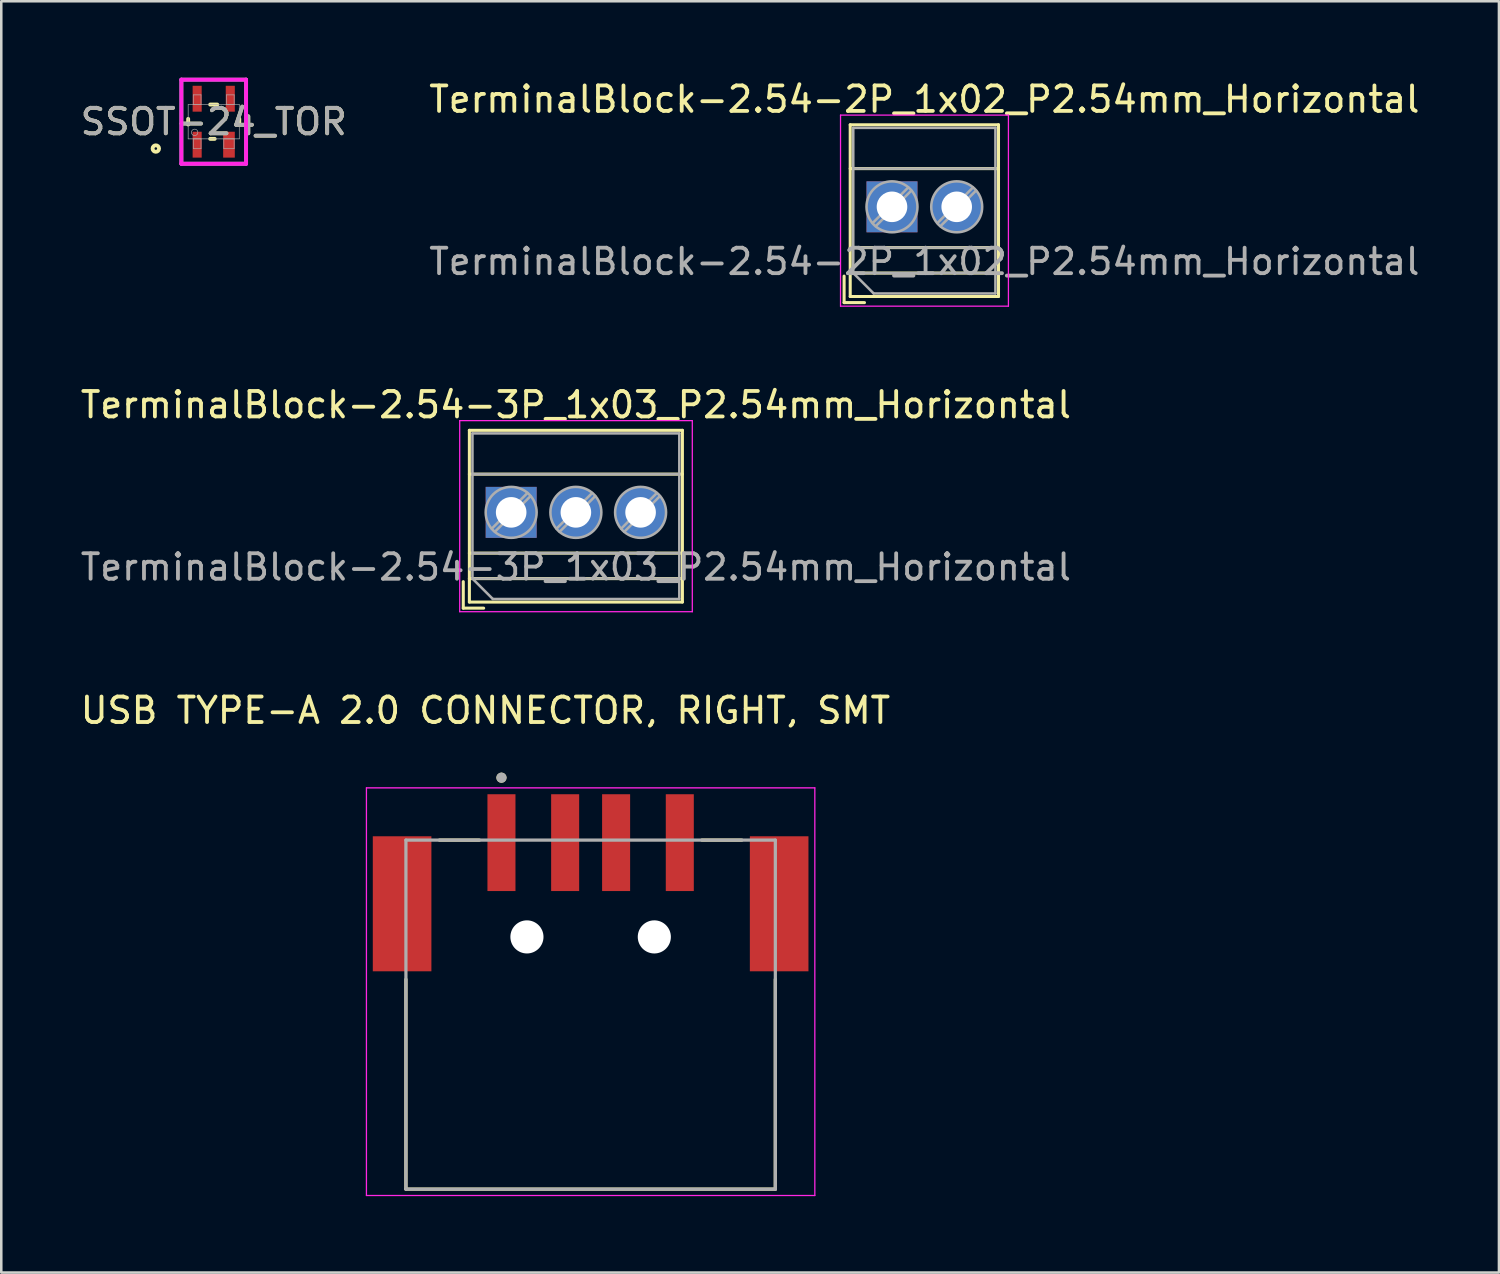
<source format=kicad_pcb>
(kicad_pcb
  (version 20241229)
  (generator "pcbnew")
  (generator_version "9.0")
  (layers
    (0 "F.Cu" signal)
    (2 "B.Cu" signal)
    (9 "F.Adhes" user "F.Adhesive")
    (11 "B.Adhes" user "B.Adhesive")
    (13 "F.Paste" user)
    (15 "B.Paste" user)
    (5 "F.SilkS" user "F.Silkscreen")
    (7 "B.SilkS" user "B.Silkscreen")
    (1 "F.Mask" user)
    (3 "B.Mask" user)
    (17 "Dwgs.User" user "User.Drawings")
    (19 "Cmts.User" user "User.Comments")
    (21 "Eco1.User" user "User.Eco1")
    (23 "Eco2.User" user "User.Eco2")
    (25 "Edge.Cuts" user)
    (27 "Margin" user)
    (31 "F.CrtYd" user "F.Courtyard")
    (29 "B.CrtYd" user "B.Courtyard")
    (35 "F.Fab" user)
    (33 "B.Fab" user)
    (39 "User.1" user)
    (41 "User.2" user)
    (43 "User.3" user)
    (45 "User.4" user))
  (footprint "TerminalBlock-2.54-2P_1x02_P2.54mm_Horizontal"
    (layer "F.Cu")
    (at 31.962 5.068)
    (property "Reference" "TerminalBlock-2.54-2P_1x02_P2.54mm_Horizontal" (at 1.27 -4.22 0) (layer "F.SilkS") (effects (font (size 1 1) (thickness 0.15))))
    (attr through_hole)
    (fp_line (start -1.88 2.72) (end -1.88 3.76) (stroke (width 0.12) (type solid)) (layer "F.SilkS"))
    (fp_line (start -1.88 3.76) (end -1.08 3.76) (stroke (width 0.12) (type solid)) (layer "F.SilkS"))
    (fp_line (start -1.64 -3.22) (end -1.64 3.52) (stroke (width 0.12) (type solid)) (layer "F.SilkS"))
    (fp_line (start -1.64 -3.22) (end 4.18 -3.22) (stroke (width 0.12) (type solid)) (layer "F.SilkS"))
    (fp_line (start -1.64 -1.501) (end 4.18 -1.501) (stroke (width 0.12) (type solid)) (layer "F.SilkS"))
    (fp_line (start -1.64 1.6) (end 4.18 1.6) (stroke (width 0.12) (type solid)) (layer "F.SilkS"))
    (fp_line (start -1.64 2.6) (end 4.18 2.6) (stroke (width 0.12) (type solid)) (layer "F.SilkS"))
    (fp_line (start -1.64 3.52) (end 4.18 3.52) (stroke (width 0.12) (type solid)) (layer "F.SilkS"))
    (fp_line (start 4.18 -3.22) (end 4.18 3.52) (stroke (width 0.12) (type solid)) (layer "F.SilkS"))
    (fp_line (start -2.02 -3.6) (end -2.02 3.9) (stroke (width 0.05) (type solid)) (layer "F.CrtYd"))
    (fp_line (start -2.02 3.9) (end 4.57 3.9) (stroke (width 0.05) (type solid)) (layer "F.CrtYd"))
    (fp_line (start 4.57 -3.6) (end -2.02 -3.6) (stroke (width 0.05) (type solid)) (layer "F.CrtYd"))
    (fp_line (start 4.57 3.9) (end 4.57 -3.6) (stroke (width 0.05) (type solid)) (layer "F.CrtYd"))
    (fp_line (start -1.52 -3.1) (end 4.06 -3.1) (stroke (width 0.1) (type solid)) (layer "F.Fab"))
    (fp_line (start -1.52 -1.5) (end 4.06 -1.5) (stroke (width 0.1) (type solid)) (layer "F.Fab"))
    (fp_line (start -1.52 1.6) (end 4.06 1.6) (stroke (width 0.1) (type solid)) (layer "F.Fab"))
    (fp_line (start -1.52 2.6) (end -1.52 -3.1) (stroke (width 0.1) (type solid)) (layer "F.Fab"))
    (fp_line (start -1.52 2.6) (end 4.06 2.6) (stroke (width 0.1) (type solid)) (layer "F.Fab"))
    (fp_line (start -0.72 3.4) (end -1.52 2.6) (stroke (width 0.1) (type solid)) (layer "F.Fab"))
    (fp_line (start 0.637 -0.759) (end -0.759 0.637) (stroke (width 0.1) (type solid)) (layer "F.Fab"))
    (fp_line (start 0.759 -0.637) (end -0.637 0.759) (stroke (width 0.1) (type solid)) (layer "F.Fab"))
    (fp_line (start 3.177 -0.759) (end 1.782 0.637) (stroke (width 0.1) (type solid)) (layer "F.Fab"))
    (fp_line (start 3.299 -0.637) (end 1.904 0.759) (stroke (width 0.1) (type solid)) (layer "F.Fab"))
    (fp_line (start 4.06 -3.1) (end 4.06 3.4) (stroke (width 0.1) (type solid)) (layer "F.Fab"))
    (fp_line (start 4.06 3.4) (end -0.72 3.4) (stroke (width 0.1) (type solid)) (layer "F.Fab"))
    (fp_circle (center 0 0) (end 1 0) (stroke (width 0.1) (type solid)) (fill no) (layer "F.Fab"))
    (fp_circle (center 2.54 0) (end 3.54 0) (stroke (width 0.1) (type solid)) (fill no) (layer "F.Fab"))
    (fp_text user "${REFERENCE}" (at 1.27 2.15 0) (layer "F.Fab") (effects (font (size 1 1) (thickness 0.15))))
    (pad "1" thru_hole rect (at 0 0) (size 2 2) (drill 1.2) (layers "*.Cu" "*.Mask"))
    (pad "2" thru_hole circle (at 2.54 0) (size 2 2) (drill 1.2) (layers "*.Cu" "*.Mask")))
  (footprint "USB TYPE-A 2.0 CONNECTOR, RIGHT, SMT"
    (layer "F.Cu")
    (at 20.133 36.775)
    (property "Reference" "USB TYPE-A 2.0 CONNECTOR, RIGHT, SMT" (at -4.128 -11.94 0) (layer "F.SilkS") (effects (font (size 1 1) (thickness 0.15))))
    (attr smd)
    (fp_circle (center -2.5 -3.05) (end -2.048 -3.05) (stroke (width 0.904) (type solid)) (fill no) (layer "F.Mask"))
    (fp_circle (center 2.5 -3.05) (end 2.952 -3.05) (stroke (width 0.904) (type solid)) (fill no) (layer "F.Mask"))
    (fp_circle (center -2.5 -3.05) (end -2.048 -3.05) (stroke (width 0.904) (type solid)) (fill no) (layer "B.Mask"))
    (fp_circle (center 2.5 -3.05) (end 2.952 -3.05) (stroke (width 0.904) (type solid)) (fill no) (layer "B.Mask"))
    (fp_line (start -7.25 6.85) (end -7.25 -1.385) (stroke (width 0.127) (type solid)) (layer "F.SilkS"))
    (fp_line (start -7.25 6.85) (end 7.25 6.85) (stroke (width 0.127) (type solid)) (layer "F.SilkS"))
    (fp_line (start -4.365 -6.85) (end -5.935 -6.85) (stroke (width 0.127) (type solid)) (layer "F.SilkS"))
    (fp_line (start 5.935 -6.85) (end 4.365 -6.85) (stroke (width 0.127) (type solid)) (layer "F.SilkS"))
    (fp_line (start 7.25 6.85) (end 7.25 -1.385) (stroke (width 0.127) (type solid)) (layer "F.SilkS"))
    (fp_circle (center -3.5 -9.3) (end -3.4 -9.3) (stroke (width 0.2) (type solid)) (fill no) (layer "F.SilkS"))
    (fp_line (start -8.8 -8.9) (end -8.8 7.1) (stroke (width 0.05) (type solid)) (layer "F.CrtYd"))
    (fp_line (start -8.8 7.1) (end 8.8 7.1) (stroke (width 0.05) (type solid)) (layer "F.CrtYd"))
    (fp_line (start 8.8 -8.9) (end -8.8 -8.9) (stroke (width 0.05) (type solid)) (layer "F.CrtYd"))
    (fp_line (start 8.8 7.1) (end 8.8 -8.9) (stroke (width 0.05) (type solid)) (layer "F.CrtYd"))
    (fp_line (start -7.25 -6.85) (end -7.25 6.85) (stroke (width 0.127) (type solid)) (layer "F.Fab"))
    (fp_line (start -7.25 6.85) (end 7.25 6.85) (stroke (width 0.127) (type solid)) (layer "F.Fab"))
    (fp_line (start 7.25 -6.85) (end -7.25 -6.85) (stroke (width 0.127) (type solid)) (layer "F.Fab"))
    (fp_line (start 7.25 6.85) (end 7.25 -6.85) (stroke (width 0.127) (type solid)) (layer "F.Fab"))
    (fp_circle (center -3.5 -9.3) (end -3.4 -9.3) (stroke (width 0.2) (type solid)) (fill no) (layer "F.Fab"))
    (pad "" np_thru_hole circle (at -2.5 -3.05) (size 1.3 1.3) (drill 1.3) (layers "*.Cu" "*.Mask"))
    (pad "" np_thru_hole circle (at 2.5 -3.05) (size 1.3 1.3) (drill 1.3) (layers "*.Cu" "*.Mask"))
    (pad "1" smd rect (at -3.5 -6.75) (size 1.1 3.8) (layers "F.Cu" "F.Mask" "F.Paste"))
    (pad "2" smd rect (at -1 -6.75) (size 1.1 3.8) (layers "F.Cu" "F.Mask" "F.Paste"))
    (pad "3" smd rect (at 1 -6.75) (size 1.1 3.8) (layers "F.Cu" "F.Mask" "F.Paste"))
    (pad "4" smd rect (at 3.5 -6.75) (size 1.1 3.8) (layers "F.Cu" "F.Mask" "F.Paste"))
    (pad "SH" smd rect (at -7.4 -4.35) (size 2.3 5.3) (layers "F.Cu" "F.Mask" "F.Paste"))
    (pad "SH" smd rect (at 7.4 -4.35) (size 2.3 5.3) (layers "F.Cu" "F.Mask" "F.Paste")))
  (footprint "TerminalBlock-2.54-3P_1x03_P2.54mm_Horizontal"
    (layer "F.Cu")
    (at 17.014 17.061)
    (property "Reference" "TerminalBlock-2.54-3P_1x03_P2.54mm_Horizontal" (at 2.54 -4.22 0) (layer "F.SilkS") (effects (font (size 1 1) (thickness 0.15))))
    (attr through_hole)
    (fp_line (start -1.88 2.72) (end -1.88 3.76) (stroke (width 0.12) (type solid)) (layer "F.SilkS"))
    (fp_line (start -1.88 3.76) (end -1.08 3.76) (stroke (width 0.12) (type solid)) (layer "F.SilkS"))
    (fp_line (start -1.64 -3.22) (end -1.64 3.52) (stroke (width 0.12) (type solid)) (layer "F.SilkS"))
    (fp_line (start -1.64 -3.22) (end 6.721 -3.22) (stroke (width 0.12) (type solid)) (layer "F.SilkS"))
    (fp_line (start -1.64 -1.501) (end 6.721 -1.501) (stroke (width 0.12) (type solid)) (layer "F.SilkS"))
    (fp_line (start -1.64 1.6) (end 6.721 1.6) (stroke (width 0.12) (type solid)) (layer "F.SilkS"))
    (fp_line (start -1.64 2.6) (end 6.721 2.6) (stroke (width 0.12) (type solid)) (layer "F.SilkS"))
    (fp_line (start -1.64 3.52) (end 6.721 3.52) (stroke (width 0.12) (type solid)) (layer "F.SilkS"))
    (fp_line (start 6.721 -3.22) (end 6.721 3.52) (stroke (width 0.12) (type solid)) (layer "F.SilkS"))
    (fp_line (start -2.02 -3.6) (end -2.02 3.9) (stroke (width 0.05) (type solid)) (layer "F.CrtYd"))
    (fp_line (start -2.02 3.9) (end 7.11 3.9) (stroke (width 0.05) (type solid)) (layer "F.CrtYd"))
    (fp_line (start 7.11 -3.6) (end -2.02 -3.6) (stroke (width 0.05) (type solid)) (layer "F.CrtYd"))
    (fp_line (start 7.11 3.9) (end 7.11 -3.6) (stroke (width 0.05) (type solid)) (layer "F.CrtYd"))
    (fp_line (start -1.52 -3.1) (end 6.6 -3.1) (stroke (width 0.1) (type solid)) (layer "F.Fab"))
    (fp_line (start -1.52 -1.5) (end 6.6 -1.5) (stroke (width 0.1) (type solid)) (layer "F.Fab"))
    (fp_line (start -1.52 1.6) (end 6.6 1.6) (stroke (width 0.1) (type solid)) (layer "F.Fab"))
    (fp_line (start -1.52 2.6) (end -1.52 -3.1) (stroke (width 0.1) (type solid)) (layer "F.Fab"))
    (fp_line (start -1.52 2.6) (end 6.6 2.6) (stroke (width 0.1) (type solid)) (layer "F.Fab"))
    (fp_line (start -0.72 3.4) (end -1.52 2.6) (stroke (width 0.1) (type solid)) (layer "F.Fab"))
    (fp_line (start 0.637 -0.759) (end -0.759 0.637) (stroke (width 0.1) (type solid)) (layer "F.Fab"))
    (fp_line (start 0.759 -0.637) (end -0.637 0.759) (stroke (width 0.1) (type solid)) (layer "F.Fab"))
    (fp_line (start 3.177 -0.759) (end 1.782 0.637) (stroke (width 0.1) (type solid)) (layer "F.Fab"))
    (fp_line (start 3.299 -0.637) (end 1.904 0.759) (stroke (width 0.1) (type solid)) (layer "F.Fab"))
    (fp_line (start 5.717 -0.759) (end 4.322 0.637) (stroke (width 0.1) (type solid)) (layer "F.Fab"))
    (fp_line (start 5.839 -0.637) (end 4.444 0.759) (stroke (width 0.1) (type solid)) (layer "F.Fab"))
    (fp_line (start 6.6 -3.1) (end 6.6 3.4) (stroke (width 0.1) (type solid)) (layer "F.Fab"))
    (fp_line (start 6.6 3.4) (end -0.72 3.4) (stroke (width 0.1) (type solid)) (layer "F.Fab"))
    (fp_circle (center 0 0) (end 1 0) (stroke (width 0.1) (type solid)) (fill no) (layer "F.Fab"))
    (fp_circle (center 2.54 0) (end 3.54 0) (stroke (width 0.1) (type solid)) (fill no) (layer "F.Fab"))
    (fp_circle (center 5.08 0) (end 6.08 0) (stroke (width 0.1) (type solid)) (fill no) (layer "F.Fab"))
    (fp_text user "${REFERENCE}" (at 2.54 2.15 0) (layer "F.Fab") (effects (font (size 1 1) (thickness 0.15))))
    (pad "1" thru_hole rect (at 0 0) (size 2 2) (drill 1.2) (layers "*.Cu" "*.Mask"))
    (pad "2" thru_hole circle (at 2.54 0) (size 2 2) (drill 1.2) (layers "*.Cu" "*.Mask"))
    (pad "3" thru_hole circle (at 5.08 0) (size 2 2) (drill 1.2) (layers "*.Cu" "*.Mask")))
  (footprint "SSOT-24_TOR"
    (layer "F.Cu")
    (at 5.339 1.727)
    (property "Reference" "SSOT-24_TOR" (at 0 0 0) (unlocked yes) (layer "F.SilkS") (effects (font (size 1 1) (thickness 0.15))))
    (attr smd)
    (fp_line (start -1.003 0.111) (end -1.003 -0.111) (stroke (width 0.152) (type solid)) (layer "F.SilkS"))
    (fp_line (start -0.139 -0.673) (end 0.139 -0.673) (stroke (width 0.152) (type solid)) (layer "F.SilkS"))
    (fp_line (start 0.038 0.673) (end -0.139 0.673) (stroke (width 0.152) (type solid)) (layer "F.SilkS"))
    (fp_line (start 1.003 -0.111) (end 1.003 0.111) (stroke (width 0.152) (type solid)) (layer "F.SilkS"))
    (fp_circle (center -2.273 1.054) (end -2.146 1.054) (stroke (width 0.152) (type solid)) (fill no) (layer "F.SilkS"))
    (fp_line (start -1.27 -1.651) (end 1.27 -1.651) (stroke (width 0.152) (type solid)) (layer "F.CrtYd"))
    (fp_line (start -1.27 1.651) (end -1.27 -1.651) (stroke (width 0.152) (type solid)) (layer "F.CrtYd"))
    (fp_line (start 1.27 -1.651) (end 1.27 1.651) (stroke (width 0.152) (type solid)) (layer "F.CrtYd"))
    (fp_line (start 1.27 1.651) (end -1.27 1.651) (stroke (width 0.152) (type solid)) (layer "F.CrtYd"))
    (fp_line (start -1.27 -1.651) (end 1.27 -1.651) (stroke (width 0.152) (type solid)) (layer "F.Fab"))
    (fp_line (start -1.27 1.651) (end -1.27 -1.651) (stroke (width 0.152) (type solid)) (layer "F.Fab"))
    (fp_line (start -1.003 -0.673) (end 1.003 -0.673) (stroke (width 0.025) (type solid)) (layer "F.Fab"))
    (fp_line (start -1.003 0.673) (end -1.003 -0.673) (stroke (width 0.025) (type solid)) (layer "F.Fab"))
    (fp_line (start -0.802 -1.054) (end -0.802 -0.673) (stroke (width 0.025) (type solid)) (layer "F.Fab"))
    (fp_line (start -0.802 -0.673) (end -0.498 -0.673) (stroke (width 0.025) (type solid)) (layer "F.Fab"))
    (fp_line (start -0.802 0.673) (end -0.802 1.054) (stroke (width 0.025) (type solid)) (layer "F.Fab"))
    (fp_line (start -0.802 1.054) (end -0.498 1.054) (stroke (width 0.025) (type solid)) (layer "F.Fab"))
    (fp_line (start -0.498 -1.054) (end -0.802 -1.054) (stroke (width 0.025) (type solid)) (layer "F.Fab"))
    (fp_line (start -0.498 -0.673) (end -0.498 -1.054) (stroke (width 0.025) (type solid)) (layer "F.Fab"))
    (fp_line (start -0.498 0.673) (end -0.802 0.673) (stroke (width 0.025) (type solid)) (layer "F.Fab"))
    (fp_line (start -0.498 1.054) (end -0.498 0.673) (stroke (width 0.025) (type solid)) (layer "F.Fab"))
    (fp_line (start 0.396 0.673) (end 0.396 1.054) (stroke (width 0.025) (type solid)) (layer "F.Fab"))
    (fp_line (start 0.396 1.054) (end 0.802 1.054) (stroke (width 0.025) (type solid)) (layer "F.Fab"))
    (fp_line (start 0.498 -1.054) (end 0.498 -0.673) (stroke (width 0.025) (type solid)) (layer "F.Fab"))
    (fp_line (start 0.498 -0.673) (end 0.802 -0.673) (stroke (width 0.025) (type solid)) (layer "F.Fab"))
    (fp_line (start 0.802 -1.054) (end 0.498 -1.054) (stroke (width 0.025) (type solid)) (layer "F.Fab"))
    (fp_line (start 0.802 -0.673) (end 0.802 -1.054) (stroke (width 0.025) (type solid)) (layer "F.Fab"))
    (fp_line (start 0.802 0.673) (end 0.396 0.673) (stroke (width 0.025) (type solid)) (layer "F.Fab"))
    (fp_line (start 0.802 1.054) (end 0.802 0.673) (stroke (width 0.025) (type solid)) (layer "F.Fab"))
    (fp_line (start 1.003 -0.673) (end 1.003 0.673) (stroke (width 0.025) (type solid)) (layer "F.Fab"))
    (fp_line (start 1.003 0.673) (end -1.003 0.673) (stroke (width 0.025) (type solid)) (layer "F.Fab"))
    (fp_line (start 1.27 -1.651) (end 1.27 1.651) (stroke (width 0.152) (type solid)) (layer "F.Fab"))
    (fp_line (start 1.27 1.651) (end -1.27 1.651) (stroke (width 0.152) (type solid)) (layer "F.Fab"))
    (fp_circle (center -0.749 0.419) (end -0.622 0.419) (stroke (width 0.025) (type solid)) (fill no) (layer "F.Fab"))
    (fp_text user "${REFERENCE}" (at 0 0 0) (unlocked yes) (layer "F.Fab") (effects (font (size 1 1) (thickness 0.15))))
    (pad "1" smd rect (at -0.65 0.902) (size 0.356 1.016) (layers "F.Cu" "F.Mask" "F.Paste"))
    (pad "2" smd rect (at 0.599 0.902) (size 0.457 1.016) (layers "F.Cu" "F.Mask" "F.Paste"))
    (pad "3" smd rect (at 0.65 -0.902) (size 0.356 1.016) (layers "F.Cu" "F.Mask" "F.Paste"))
    (pad "4" smd rect (at -0.65 -0.902) (size 0.356 1.016) (layers "F.Cu" "F.Mask" "F.Paste")))
  (gr_rect
    (start -3 -3)
    (end 55.786 46.9)
    (stroke (width 0.1) (type default))
    (fill no)
    (layer "Edge.Cuts")))
</source>
